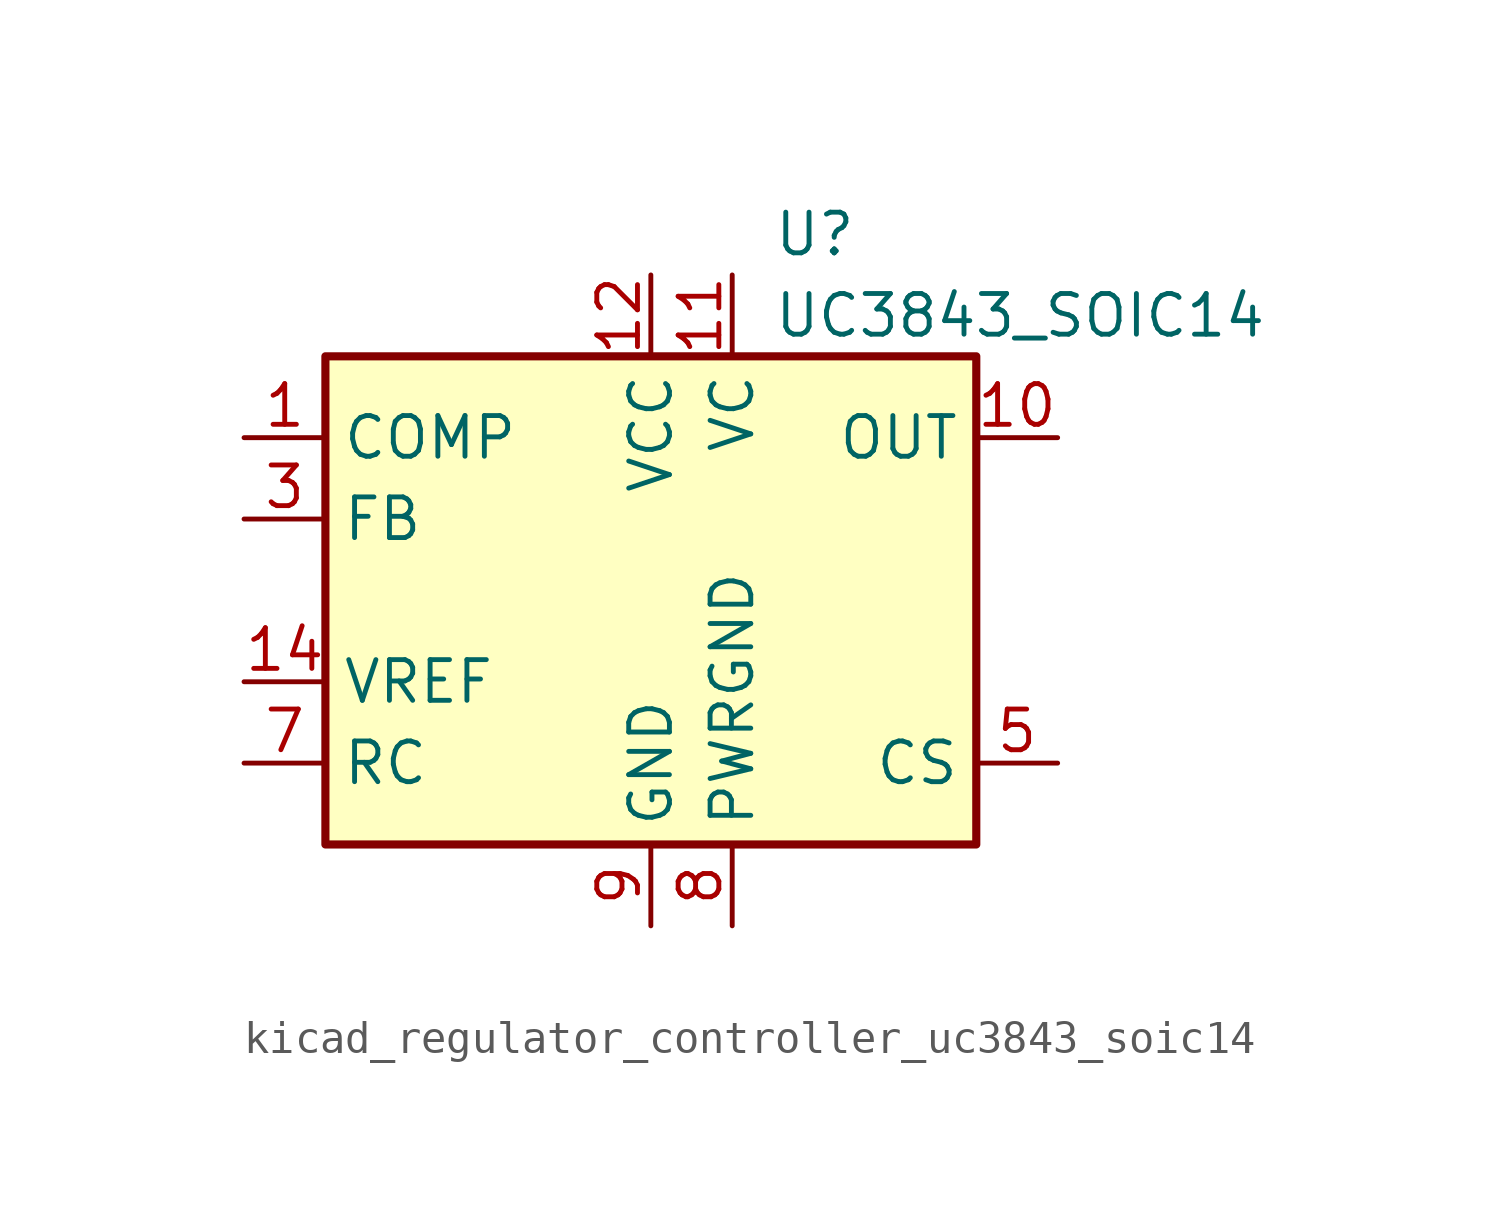
<source format=kicad_sym>
(kicad_symbol_lib
  (version 20220914)
  (generator kicad_symbol_editor)
  (symbol "kicad_regulator_controller_uc3843_soic14"
    (property "Reference" "U"
      (at 3.81 11.43 0)
      (effects (font (size 1.27 1.27)) (justify left)))
    (property "Value" "UC3843_SOIC14"
      (at 3.81 8.89 0)
      (effects (font (size 1.27 1.27)) (justify left)))
    (symbol "kicad_regulator_controller_uc3843_soic14_0_1"
      (rectangle (start -10.16 -7.62) (end 10.16 7.62) (stroke (width 0.254) (type default)) (fill (type background))))
    (symbol "kicad_regulator_controller_uc3843_soic14_1_1"
      (pin passive line (at -12.7 5.08 0) (length 2.54) (name "COMP" (effects (font (size 1.27 1.27)))) (number "1" (effects (font (size 1.27 1.27)))))
      (pin output line (at 12.7 5.08 180) (length 2.54) (name "OUT" (effects (font (size 1.27 1.27)))) (number "10" (effects (font (size 1.27 1.27)))))
      (pin power_in line (at 2.54 10.16 270) (length 2.54) (name "VC" (effects (font (size 1.27 1.27)))) (number "11" (effects (font (size 1.27 1.27)))))
      (pin power_in line (at 0 10.16 270) (length 2.54) (name "VCC" (effects (font (size 1.27 1.27)))) (number "12" (effects (font (size 1.27 1.27)))))
      (pin no_connect line (at -2.54 -7.62 90) (length 2.54) hide (name "NC" (effects (font (size 1.27 1.27)))) (number "13" (effects (font (size 1.27 1.27)))))
      (pin power_out line (at -12.7 -2.54 0) (length 2.54) (name "VREF" (effects (font (size 1.27 1.27)))) (number "14" (effects (font (size 1.27 1.27)))))
      (pin no_connect line (at -10.16 -7.62 90) (length 2.54) hide (name "NC" (effects (font (size 1.27 1.27)))) (number "2" (effects (font (size 1.27 1.27)))))
      (pin input line (at -12.7 2.54 0) (length 2.54) (name "FB" (effects (font (size 1.27 1.27)))) (number "3" (effects (font (size 1.27 1.27)))))
      (pin no_connect line (at -7.62 -7.62 90) (length 2.54) hide (name "NC" (effects (font (size 1.27 1.27)))) (number "4" (effects (font (size 1.27 1.27)))))
      (pin input line (at 12.7 -5.08 180) (length 2.54) (name "CS" (effects (font (size 1.27 1.27)))) (number "5" (effects (font (size 1.27 1.27)))))
      (pin no_connect line (at -5.08 -7.62 90) (length 2.54) hide (name "NC" (effects (font (size 1.27 1.27)))) (number "6" (effects (font (size 1.27 1.27)))))
      (pin passive line (at -12.7 -5.08 0) (length 2.54) (name "RC" (effects (font (size 1.27 1.27)))) (number "7" (effects (font (size 1.27 1.27)))))
      (pin power_in line (at 2.54 -10.16 90) (length 2.54) (name "PWRGND" (effects (font (size 1.27 1.27)))) (number "8" (effects (font (size 1.27 1.27)))))
      (pin power_in line (at 0 -10.16 90) (length 2.54) (name "GND" (effects (font (size 1.27 1.27)))) (number "9" (effects (font (size 1.27 1.27))))))))
</source>
